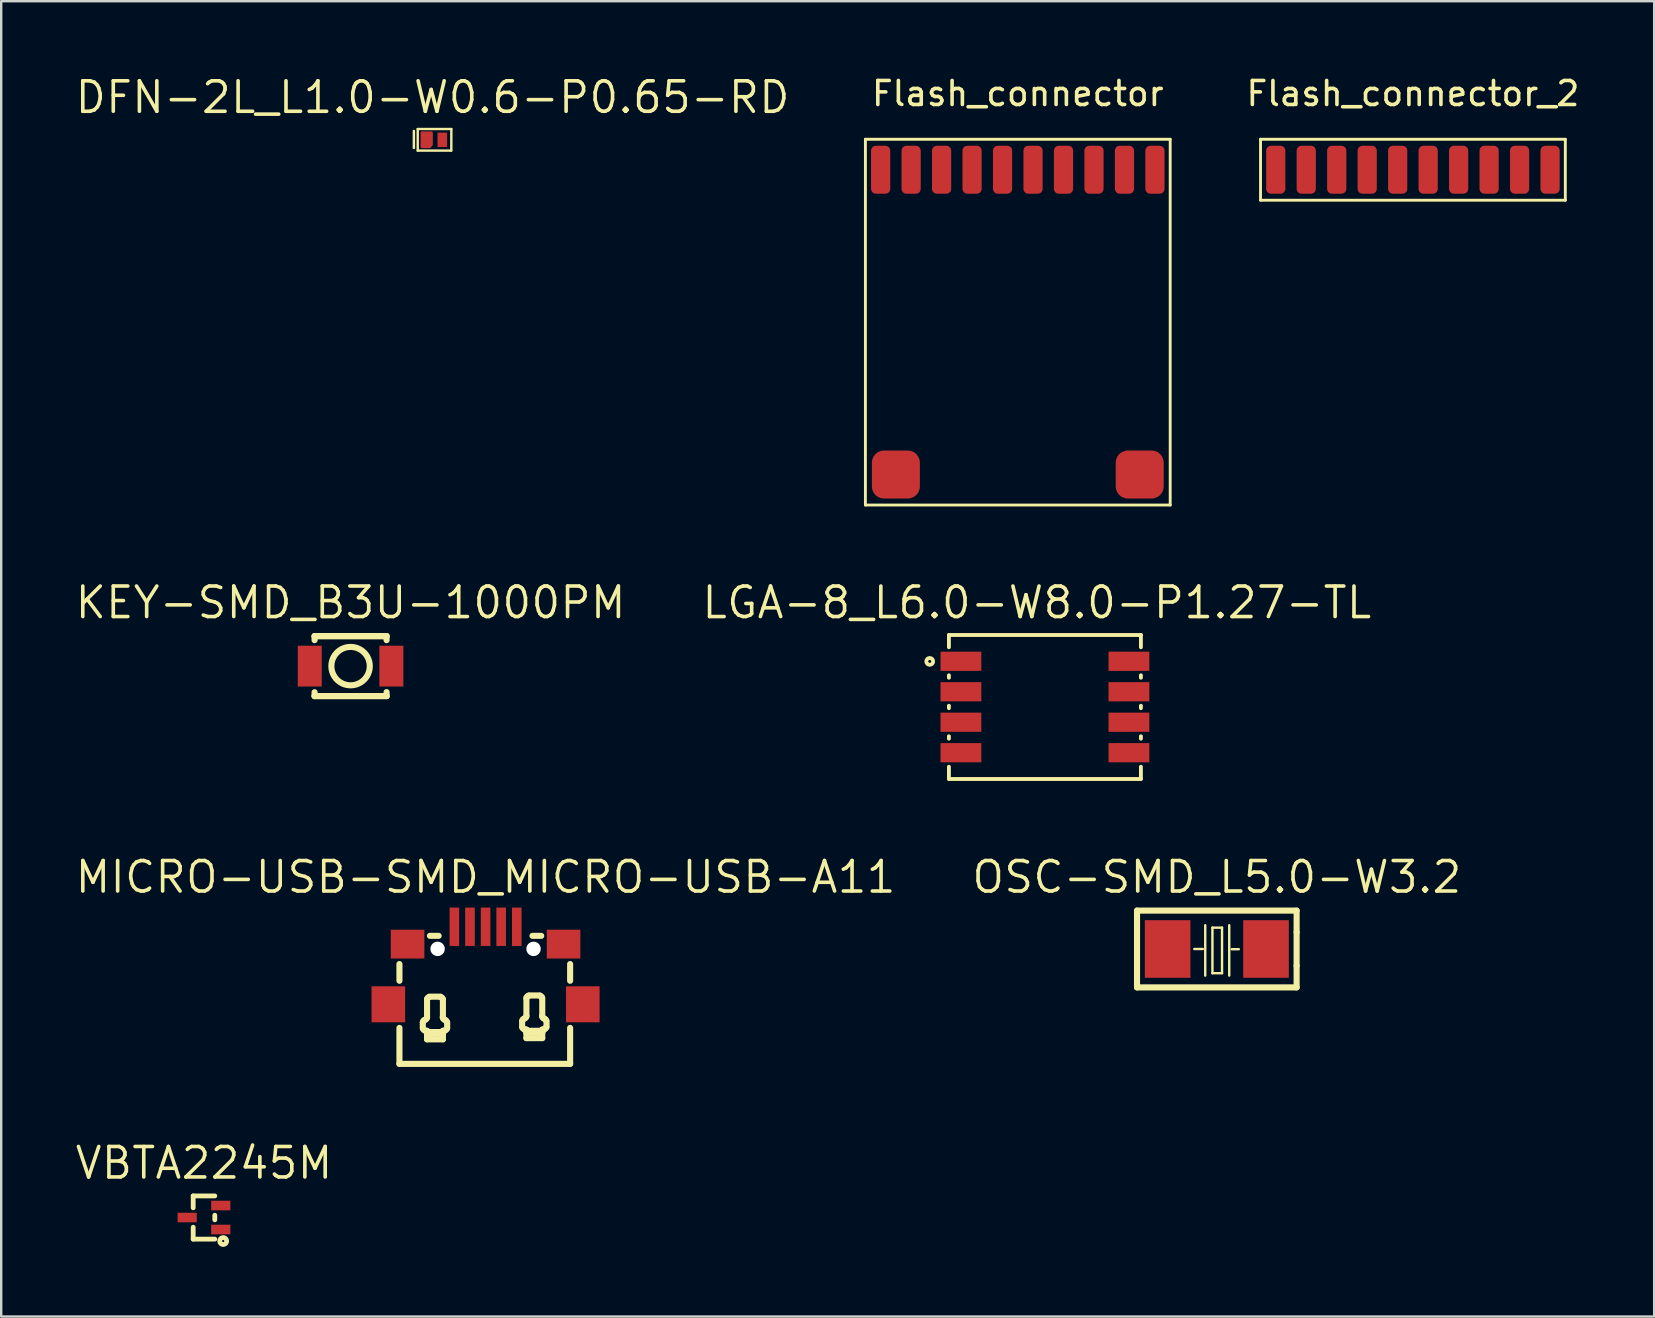
<source format=kicad_pcb>
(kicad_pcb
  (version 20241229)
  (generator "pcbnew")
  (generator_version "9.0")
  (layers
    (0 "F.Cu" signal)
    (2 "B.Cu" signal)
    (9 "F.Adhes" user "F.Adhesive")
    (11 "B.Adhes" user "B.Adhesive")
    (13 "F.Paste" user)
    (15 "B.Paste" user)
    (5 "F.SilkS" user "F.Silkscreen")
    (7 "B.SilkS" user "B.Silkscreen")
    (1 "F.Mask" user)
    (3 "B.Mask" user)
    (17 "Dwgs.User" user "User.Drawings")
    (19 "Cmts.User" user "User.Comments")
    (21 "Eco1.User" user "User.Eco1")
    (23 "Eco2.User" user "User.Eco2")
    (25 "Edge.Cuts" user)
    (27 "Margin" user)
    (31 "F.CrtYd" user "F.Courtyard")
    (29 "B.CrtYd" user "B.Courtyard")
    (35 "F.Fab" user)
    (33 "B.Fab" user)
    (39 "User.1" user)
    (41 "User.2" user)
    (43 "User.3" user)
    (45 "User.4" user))
  (footprint "KEY-SMD_B3U-1000PM"
    (layer "F.Cu")
    (at 11.558 24.706)
    (property "Reference" "KEY-SMD_B3U-1000PM" (at 0 -2.647 0) (layer "F.SilkS") (effects (font (size 1.27 1.27) (thickness 0.15))))
    (attr smd)
    (fp_line (start -1.5 -1.25) (end 1.5 -1.25) (stroke (width 0.254) (type solid)) (layer "F.SilkS"))
    (fp_line (start -1.5 -1.25) (end 1.5 -1.25) (stroke (width 0.254) (type solid)) (layer "F.SilkS"))
    (fp_line (start -1.5 -1.081) (end -1.5 -1.25) (stroke (width 0.254) (type solid)) (layer "F.SilkS"))
    (fp_line (start -1.5 1.25) (end -1.5 1.087) (stroke (width 0.254) (type solid)) (layer "F.SilkS"))
    (fp_line (start -1.5 1.25) (end 1.5 1.25) (stroke (width 0.254) (type solid)) (layer "F.SilkS"))
    (fp_line (start 1.5 -1.25) (end 1.5 -1.081) (stroke (width 0.254) (type solid)) (layer "F.SilkS"))
    (fp_line (start 1.5 1.081) (end 1.5 1.25) (stroke (width 0.254) (type solid)) (layer "F.SilkS"))
    (fp_line (start 1.5 1.25) (end -1.5 1.25) (stroke (width 0.254) (type solid)) (layer "F.SilkS"))
    (fp_circle (center 0 0) (end 0.8 0) (stroke (width 0.254) (type solid)) (fill no) (layer "F.SilkS"))
    (fp_text user "" (at 0 0 0) (layer "Cmts.User") (effects (font (size 1 1) (thickness 0.15))))
    (pad "1" smd rect (at -1.7 0) (size 1 1.7) (layers "F.Cu" "F.Mask" "F.Paste"))
    (pad "2" smd rect (at 1.7 0) (size 1 1.7) (layers "F.Cu" "F.Mask" "F.Paste")))
  (footprint "Flash_connector"
    (layer "F.Cu")
    (at 39.36 4.023)
    (property "Reference" "Flash_connector" (at 0 -3.175 0) (layer "F.SilkS") (effects (font (size 1 1) (thickness 0.15))))
    (attr through_hole)
    (fp_line (start -6.35 -1.27) (end 6.35 -1.27) (stroke (width 0.12) (type solid)) (layer "F.SilkS"))
    (fp_line (start -6.35 13.97) (end -6.35 -1.27) (stroke (width 0.12) (type solid)) (layer "F.SilkS"))
    (fp_line (start -6.35 13.97) (end 6.35 13.97) (stroke (width 0.12) (type solid)) (layer "F.SilkS"))
    (fp_line (start 6.35 -1.27) (end 6.35 13.97) (stroke (width 0.12) (type solid)) (layer "F.SilkS"))
    (pad "1" connect roundrect (at -5.715 0) (size 0.8 2) (layers "F.Cu" "F.Mask") (roundrect_rratio 0.25))
    (pad "1" smd roundrect (at -5.08 12.7) (size 2 2) (layers "F.Cu" "F.Mask" "F.Paste") (roundrect_rratio 0.25))
    (pad "2" connect roundrect (at -4.445 0) (size 0.8 2) (layers "F.Cu" "F.Mask") (roundrect_rratio 0.25))
    (pad "3" connect roundrect (at -3.175 0) (size 0.8 2) (layers "F.Cu" "F.Mask") (roundrect_rratio 0.25))
    (pad "4" connect roundrect (at -1.905 0) (size 0.8 2) (layers "F.Cu" "F.Mask") (roundrect_rratio 0.25))
    (pad "5" connect roundrect (at -0.635 0) (size 0.8 2) (layers "F.Cu" "F.Mask") (roundrect_rratio 0.25))
    (pad "6" connect roundrect (at 0.635 0) (size 0.8 2) (layers "F.Cu" "F.Mask") (roundrect_rratio 0.25))
    (pad "7" connect roundrect (at 1.905 0) (size 0.8 2) (layers "F.Cu" "F.Mask") (roundrect_rratio 0.25))
    (pad "8" connect roundrect (at 3.175 0) (size 0.8 2) (layers "F.Cu" "F.Mask") (roundrect_rratio 0.25))
    (pad "9" connect roundrect (at 4.445 0) (size 0.8 2) (layers "F.Cu" "F.Mask") (roundrect_rratio 0.25))
    (pad "10" smd roundrect (at 5.08 12.7) (size 2 2) (layers "F.Cu" "F.Mask" "F.Paste") (roundrect_rratio 0.25))
    (pad "10" connect roundrect (at 5.715 0) (size 0.8 2) (layers "F.Cu" "F.Mask") (roundrect_rratio 0.25)))
  (footprint "MICRO-USB-SMD_MICRO-USB-A11"
    (layer "F.Cu")
    (at 17.183 37.182)
    (property "Reference" "MICRO-USB-SMD_MICRO-USB-A11" (at 0 -3.686 0) (layer "F.SilkS") (effects (font (size 1.27 1.27) (thickness 0.15))))
    (attr smd)
    (fp_line (start -3.589 0.635) (end -3.589 -0.062) (stroke (width 0.254) (type solid)) (layer "F.SilkS"))
    (fp_line (start -3.589 4.097) (end -3.589 2.598) (stroke (width 0.254) (type solid)) (layer "F.SilkS"))
    (fp_line (start -3.589 4.097) (end 3.523 4.097) (stroke (width 0.254) (type solid)) (layer "F.SilkS"))
    (fp_line (start -2.616 2.618) (end -2.616 2.364) (stroke (width 0.254) (type solid)) (layer "F.SilkS"))
    (fp_line (start -2.515 2.72) (end -2.439 2.72) (stroke (width 0.254) (type solid)) (layer "F.SilkS"))
    (fp_line (start -2.439 2.161) (end -2.439 1.399) (stroke (width 0.254) (type solid)) (layer "F.SilkS"))
    (fp_line (start -2.439 2.72) (end -2.439 2.771) (stroke (width 0.254) (type solid)) (layer "F.SilkS"))
    (fp_line (start -2.439 2.771) (end -2.439 2.847) (stroke (width 0.254) (type solid)) (layer "F.SilkS"))
    (fp_line (start -2.439 2.847) (end -2.439 3.075) (stroke (width 0.254) (type solid)) (layer "F.SilkS"))
    (fp_line (start -2.439 3.075) (end -1.778 3.075) (stroke (width 0.254) (type solid)) (layer "F.SilkS"))
    (fp_line (start -2.337 1.297) (end -1.88 1.297) (stroke (width 0.254) (type solid)) (layer "F.SilkS"))
    (fp_line (start -2.319 -1.237) (end -1.955 -1.237) (stroke (width 0.254) (type solid)) (layer "F.SilkS"))
    (fp_line (start -1.778 1.399) (end -1.778 2.161) (stroke (width 0.254) (type solid)) (layer "F.SilkS"))
    (fp_line (start -1.778 2.72) (end -1.778 2.771) (stroke (width 0.254) (type solid)) (layer "F.SilkS"))
    (fp_line (start -1.778 2.771) (end -2.439 2.771) (stroke (width 0.254) (type solid)) (layer "F.SilkS"))
    (fp_line (start -1.778 2.847) (end -2.439 2.847) (stroke (width 0.254) (type solid)) (layer "F.SilkS"))
    (fp_line (start -1.778 2.847) (end -1.778 2.771) (stroke (width 0.254) (type solid)) (layer "F.SilkS"))
    (fp_line (start -1.778 3.075) (end -1.778 2.847) (stroke (width 0.254) (type solid)) (layer "F.SilkS"))
    (fp_line (start -1.702 2.72) (end -1.778 2.72) (stroke (width 0.254) (type solid)) (layer "F.SilkS"))
    (fp_line (start -1.6 2.364) (end -1.6 2.618) (stroke (width 0.254) (type solid)) (layer "F.SilkS"))
    (fp_line (start 1.524 2.567) (end 1.524 2.313) (stroke (width 0.254) (type solid)) (layer "F.SilkS"))
    (fp_line (start 1.625 2.669) (end 1.702 2.669) (stroke (width 0.254) (type solid)) (layer "F.SilkS"))
    (fp_line (start 1.702 2.11) (end 1.702 1.348) (stroke (width 0.254) (type solid)) (layer "F.SilkS"))
    (fp_line (start 1.702 2.669) (end 1.702 2.72) (stroke (width 0.254) (type solid)) (layer "F.SilkS"))
    (fp_line (start 1.702 2.72) (end 1.702 2.796) (stroke (width 0.254) (type solid)) (layer "F.SilkS"))
    (fp_line (start 1.702 2.796) (end 1.702 3.025) (stroke (width 0.254) (type solid)) (layer "F.SilkS"))
    (fp_line (start 1.702 3.025) (end 2.362 3.025) (stroke (width 0.254) (type solid)) (layer "F.SilkS"))
    (fp_line (start 1.803 1.247) (end 2.26 1.247) (stroke (width 0.254) (type solid)) (layer "F.SilkS"))
    (fp_line (start 1.955 -1.237) (end 2.319 -1.237) (stroke (width 0.254) (type solid)) (layer "F.SilkS"))
    (fp_line (start 2.362 1.348) (end 2.362 2.11) (stroke (width 0.254) (type solid)) (layer "F.SilkS"))
    (fp_line (start 2.362 2.669) (end 2.362 2.72) (stroke (width 0.254) (type solid)) (layer "F.SilkS"))
    (fp_line (start 2.362 2.72) (end 1.702 2.72) (stroke (width 0.254) (type solid)) (layer "F.SilkS"))
    (fp_line (start 2.362 2.796) (end 1.702 2.796) (stroke (width 0.254) (type solid)) (layer "F.SilkS"))
    (fp_line (start 2.362 2.796) (end 2.362 2.72) (stroke (width 0.254) (type solid)) (layer "F.SilkS"))
    (fp_line (start 2.362 3.025) (end 2.362 2.796) (stroke (width 0.254) (type solid)) (layer "F.SilkS"))
    (fp_line (start 2.438 2.669) (end 2.362 2.669) (stroke (width 0.254) (type solid)) (layer "F.SilkS"))
    (fp_line (start 2.54 2.313) (end 2.54 2.567) (stroke (width 0.254) (type solid)) (layer "F.SilkS"))
    (fp_line (start 3.523 0.635) (end 3.523 -0.062) (stroke (width 0.254) (type solid)) (layer "F.SilkS"))
    (fp_line (start 3.523 4.097) (end 3.523 2.598) (stroke (width 0.254) (type solid)) (layer "F.SilkS"))
    (fp_arc (start -2.613 2.359) (mid -2.583764 2.288343) (end -2.513152 2.259) (stroke (width 0.254) (type solid)) (layer "F.SilkS"))
    (fp_arc (start -2.511 2.708) (mid -2.581666 2.678756) (end -2.611 2.608127) (stroke (width 0.254) (type solid)) (layer "F.SilkS"))
    (fp_arc (start -2.436 1.408) (mid -2.406764 1.337343) (end -2.336152 1.308) (stroke (width 0.254) (type solid)) (layer "F.SilkS"))
    (fp_arc (start -2.436 2.159) (mid -2.460844 2.224967) (end -2.523032 2.258156) (stroke (width 0.254) (type solid)) (layer "F.SilkS"))
    (fp_arc (start -1.886 1.308) (mid -1.815343 1.337236) (end -1.786 1.407848) (stroke (width 0.254) (type solid)) (layer "F.SilkS"))
    (fp_arc (start -1.712 2.259) (mid -1.641343 2.288236) (end -1.612 2.358848) (stroke (width 0.254) (type solid)) (layer "F.SilkS"))
    (fp_arc (start -1.698 2.258) (mid -1.760595 2.225186) (end -1.785725 2.15913) (stroke (width 0.254) (type solid)) (layer "F.SilkS"))
    (fp_arc (start -1.61 2.607) (mid -1.639236 2.677657) (end -1.709848 2.707) (stroke (width 0.254) (type solid)) (layer "F.SilkS"))
    (fp_arc (start 1.527 2.308) (mid 1.556236 2.237343) (end 1.626848 2.208) (stroke (width 0.254) (type solid)) (layer "F.SilkS"))
    (fp_arc (start 1.629 2.657) (mid 1.558334 2.627756) (end 1.529 2.557127) (stroke (width 0.254) (type solid)) (layer "F.SilkS"))
    (fp_arc (start 1.704 1.357) (mid 1.733236 1.286343) (end 1.803848 1.257) (stroke (width 0.254) (type solid)) (layer "F.SilkS"))
    (fp_arc (start 1.704 2.108) (mid 1.679156 2.173967) (end 1.616968 2.207156) (stroke (width 0.254) (type solid)) (layer "F.SilkS"))
    (fp_arc (start 2.254 1.257) (mid 2.324657 1.286236) (end 2.354 1.356848) (stroke (width 0.254) (type solid)) (layer "F.SilkS"))
    (fp_arc (start 2.428 2.208) (mid 2.498657 2.237236) (end 2.528 2.307848) (stroke (width 0.254) (type solid)) (layer "F.SilkS"))
    (fp_arc (start 2.442 2.207) (mid 2.379405 2.174186) (end 2.354275 2.10813) (stroke (width 0.254) (type solid)) (layer "F.SilkS"))
    (fp_arc (start 2.53 2.556) (mid 2.500764 2.626657) (end 2.430152 2.656) (stroke (width 0.254) (type solid)) (layer "F.SilkS"))
    (fp_text user "" (at 0 0 0) (layer "Cmts.User") (effects (font (size 1 1) (thickness 0.15))))
    (pad "" np_thru_hole circle (at -1.999 -0.694) (size 0.6 0.6) (drill 0.6) (layers "*.Cu" "*.Mask"))
    (pad "" np_thru_hole circle (at 1.999 -0.694) (size 0.6 0.6) (drill 0.6) (layers "*.Cu" "*.Mask"))
    (pad "1" smd rect (at -1.3 -1.616 270) (size 1.6 0.4) (layers "F.Cu" "F.Mask" "F.Paste"))
    (pad "2" smd rect (at -0.65 -1.616 270) (size 1.6 0.4) (layers "F.Cu" "F.Mask" "F.Paste"))
    (pad "3" smd rect (at 0 -1.616 270) (size 1.6 0.4) (layers "F.Cu" "F.Mask" "F.Paste"))
    (pad "4" smd rect (at 0.65 -1.616 270) (size 1.6 0.4) (layers "F.Cu" "F.Mask" "F.Paste"))
    (pad "5" smd rect (at 1.3 -1.616 270) (size 1.6 0.4) (layers "F.Cu" "F.Mask" "F.Paste"))
    (pad "6" smd rect (at 3.25 -0.893) (size 1.4 1.2) (layers "F.Cu" "F.Mask" "F.Paste"))
    (pad "7" smd rect (at -3.25 -0.893) (size 1.4 1.2) (layers "F.Cu" "F.Mask" "F.Paste"))
    (pad "8" smd rect (at -4.051 1.616 90) (size 1.5 1.4) (layers "F.Cu" "F.Mask" "F.Paste"))
    (pad "9" smd rect (at 4.051 1.616 90) (size 1.5 1.4) (layers "F.Cu" "F.Mask" "F.Paste")))
  (footprint "Flash_connector_2"
    (layer "F.Cu")
    (at 55.824 4.023)
    (property "Reference" "Flash_connector_2" (at 0 -3.175 0) (layer "F.SilkS") (effects (font (size 1 1) (thickness 0.15))))
    (attr through_hole)
    (fp_line (start -6.35 -1.27) (end 6.35 -1.27) (stroke (width 0.12) (type solid)) (layer "F.SilkS"))
    (fp_line (start -6.35 1.27) (end -6.35 -1.27) (stroke (width 0.12) (type solid)) (layer "F.SilkS"))
    (fp_line (start -6.35 1.27) (end 6.35 1.27) (stroke (width 0.12) (type solid)) (layer "F.SilkS"))
    (fp_line (start 6.35 1.27) (end 6.35 -1.27) (stroke (width 0.12) (type solid)) (layer "F.SilkS"))
    (pad "1" connect roundrect (at -5.715 0) (size 0.8 2) (layers "F.Cu" "F.Mask") (roundrect_rratio 0.25))
    (pad "2" connect roundrect (at -4.445 0) (size 0.8 2) (layers "F.Cu" "F.Mask") (roundrect_rratio 0.25))
    (pad "3" connect roundrect (at -3.175 0) (size 0.8 2) (layers "F.Cu" "F.Mask") (roundrect_rratio 0.25))
    (pad "4" connect roundrect (at -1.905 0) (size 0.8 2) (layers "F.Cu" "F.Mask") (roundrect_rratio 0.25))
    (pad "5" connect roundrect (at -0.635 0) (size 0.8 2) (layers "F.Cu" "F.Mask") (roundrect_rratio 0.25))
    (pad "6" connect roundrect (at 0.635 0) (size 0.8 2) (layers "F.Cu" "F.Mask") (roundrect_rratio 0.25))
    (pad "7" connect roundrect (at 1.905 0) (size 0.8 2) (layers "F.Cu" "F.Mask") (roundrect_rratio 0.25))
    (pad "8" connect roundrect (at 3.175 0) (size 0.8 2) (layers "F.Cu" "F.Mask") (roundrect_rratio 0.25))
    (pad "9" connect roundrect (at 4.445 0) (size 0.8 2) (layers "F.Cu" "F.Mask") (roundrect_rratio 0.25))
    (pad "10" connect roundrect (at 5.715 0) (size 0.8 2) (layers "F.Cu" "F.Mask") (roundrect_rratio 0.25)))
  (footprint "VBTA2245M"
    (layer "F.Cu")
    (at 5.45 47.682)
    (property "Reference" "VBTA2245M" (at 0 -2.27 0) (layer "F.SilkS") (effects (font (size 1.27 1.27) (thickness 0.15))))
    (attr smd)
    (fp_line (start -0.45 -0.9) (end 0.45 -0.9) (stroke (width 0.2) (type solid)) (layer "F.SilkS"))
    (fp_line (start -0.45 -0.404) (end -0.45 -0.9) (stroke (width 0.2) (type solid)) (layer "F.SilkS"))
    (fp_line (start -0.45 0.9) (end -0.45 0.404) (stroke (width 0.2) (type solid)) (layer "F.SilkS"))
    (fp_line (start -0.45 0.9) (end 0.45 0.9) (stroke (width 0.2) (type solid)) (layer "F.SilkS"))
    (fp_line (start 0.45 0.096) (end 0.45 -0.096) (stroke (width 0.2) (type solid)) (layer "F.SilkS"))
    (fp_circle (center 0.8 0.98) (end 0.845 0.98) (stroke (width 0.2) (type solid)) (fill no) (layer "F.SilkS"))
    (fp_text user "" (at 0 0 0) (layer "Cmts.User") (effects (font (size 1 1) (thickness 0.15))))
    (pad "1" smd rect (at 0.7 0.5 90) (size 0.4 0.8) (layers "F.Cu" "F.Mask" "F.Paste"))
    (pad "2" smd rect (at 0.7 -0.5 90) (size 0.4 0.8) (layers "F.Cu" "F.Mask" "F.Paste"))
    (pad "3" smd rect (at -0.7 0 90) (size 0.4 0.8) (layers "F.Cu" "F.Mask" "F.Paste")))
  (footprint "LGA-8_L6.0-W8.0-P1.27-TL"
    (layer "F.Cu")
    (at 40.49 26.409)
    (property "Reference" "LGA-8_L6.0-W8.0-P1.27-TL" (at -0.336 -4.35 0) (layer "F.SilkS") (effects (font (size 1.27 1.27) (thickness 0.15))))
    (attr smd)
    (fp_line (start -4 -3) (end -4 -2.489) (stroke (width 0.16) (type solid)) (layer "F.SilkS"))
    (fp_line (start -4 -3) (end 4 -3) (stroke (width 0.16) (type solid)) (layer "F.SilkS"))
    (fp_line (start -4 -1.321) (end -4 -1.219) (stroke (width 0.16) (type solid)) (layer "F.SilkS"))
    (fp_line (start -4 -0.051) (end -4 0.051) (stroke (width 0.16) (type solid)) (layer "F.SilkS"))
    (fp_line (start -4 1.219) (end -4 1.321) (stroke (width 0.16) (type solid)) (layer "F.SilkS"))
    (fp_line (start -4 2.489) (end -4 3) (stroke (width 0.16) (type solid)) (layer "F.SilkS"))
    (fp_line (start -4 3) (end 4 3) (stroke (width 0.16) (type solid)) (layer "F.SilkS"))
    (fp_line (start 4 -3) (end 4 -2.489) (stroke (width 0.16) (type solid)) (layer "F.SilkS"))
    (fp_line (start 4 -1.321) (end 4 -1.219) (stroke (width 0.16) (type solid)) (layer "F.SilkS"))
    (fp_line (start 4 -0.051) (end 4 0.051) (stroke (width 0.16) (type solid)) (layer "F.SilkS"))
    (fp_line (start 4 1.219) (end 4 1.321) (stroke (width 0.16) (type solid)) (layer "F.SilkS"))
    (fp_line (start 4 2.489) (end 4 3) (stroke (width 0.16) (type solid)) (layer "F.SilkS"))
    (fp_circle (center -4.8 -1.9) (end -4.658 -1.9) (stroke (width 0.16) (type solid)) (fill no) (layer "F.SilkS"))
    (fp_text user "" (at 0 0 0) (layer "Cmts.User") (effects (font (size 1 1) (thickness 0.15))))
    (pad "1" smd rect (at -3.5 -1.905) (size 1.7 0.8) (layers "F.Cu" "F.Mask" "F.Paste"))
    (pad "2" smd rect (at -3.5 -0.635) (size 1.7 0.8) (layers "F.Cu" "F.Mask" "F.Paste"))
    (pad "3" smd rect (at -3.5 0.635) (size 1.7 0.8) (layers "F.Cu" "F.Mask" "F.Paste"))
    (pad "4" smd rect (at -3.5 1.905) (size 1.7 0.8) (layers "F.Cu" "F.Mask" "F.Paste"))
    (pad "5" smd rect (at 3.5 1.905) (size 1.7 0.8) (layers "F.Cu" "F.Mask" "F.Paste"))
    (pad "6" smd rect (at 3.5 0.635) (size 1.7 0.8) (layers "F.Cu" "F.Mask" "F.Paste"))
    (pad "7" smd rect (at 3.5 -0.635) (size 1.7 0.8) (layers "F.Cu" "F.Mask" "F.Paste"))
    (pad "8" smd rect (at 3.5 -1.905) (size 1.7 0.8) (layers "F.Cu" "F.Mask" "F.Paste")))
  (footprint "DFN-2L_L1.0-W0.6-P0.65-RD"
    (layer "F.Cu")
    (at 15.056 2.776)
    (property "Reference" "DFN-2L_L1.0-W0.6-P0.65-RD" (at -0.081 -1.77 0) (layer "F.SilkS") (effects (font (size 1.27 1.27) (thickness 0.15))))
    (attr smd)
    (fp_line (start -0.86 -0.37) (end -0.86 0.34) (stroke (width 0.102) (type solid)) (layer "F.SilkS"))
    (fp_line (start -0.7 -0.45) (end -0.7 0.45) (stroke (width 0.1) (type solid)) (layer "F.SilkS"))
    (fp_line (start -0.7 -0.45) (end 0.7 -0.45) (stroke (width 0.1) (type solid)) (layer "F.SilkS"))
    (fp_line (start -0.7 0.45) (end 0.69 0.45) (stroke (width 0.1) (type solid)) (layer "F.SilkS"))
    (fp_line (start 0.7 -0.45) (end 0.7 0.45) (stroke (width 0.1) (type solid)) (layer "F.SilkS"))
    (fp_text user "" (at 0 0 0) (layer "Cmts.User") (effects (font (size 1 1) (thickness 0.15))))
    (pad "1" smd custom (at -0.325 0) (size 0.41 0.6) (layers "F.Cu" "F.Mask" "F.Paste") (options (anchor circle)) (primitives (gr_poly (pts (xy -0.205 -0.3) (xy -0.205 0.3) (xy 0.125 0.3) (xy 0.205 0.2) (xy 0.205 -0.3) (xy -0.205 -0.3)) (width 0.1) (fill yes))))
    (pad "2" smd rect (at 0.325 0 90) (size 0.6 0.4) (layers "F.Cu" "F.Mask" "F.Paste")))
  (footprint "OSC-SMD_L5.0-W3.2"
    (layer "F.Cu")
    (at 47.653 36.493)
    (property "Reference" "OSC-SMD_L5.0-W3.2" (at 0 -2.997 0) (layer "F.SilkS") (effects (font (size 1.27 1.27) (thickness 0.15))))
    (attr smd)
    (fp_line (start -3.325 -1.6) (end 3.325 -1.6) (stroke (width 0.254) (type solid)) (layer "F.SilkS"))
    (fp_line (start -3.325 -0.7) (end -3.325 -1.6) (stroke (width 0.254) (type solid)) (layer "F.SilkS"))
    (fp_line (start -3.325 0.7) (end -3.325 -0.7) (stroke (width 0.254) (type solid)) (layer "F.SilkS"))
    (fp_line (start -3.325 1.6) (end -3.325 0.7) (stroke (width 0.254) (type solid)) (layer "F.SilkS"))
    (fp_line (start -0.94 0) (end -0.584 0) (stroke (width 0.1) (type solid)) (layer "F.SilkS"))
    (fp_line (start -0.483 -0.991) (end -0.483 1.109) (stroke (width 0.1) (type solid)) (layer "F.SilkS"))
    (fp_line (start -0.183 -0.89) (end -0.183 1.009) (stroke (width 0.1) (type solid)) (layer "F.SilkS"))
    (fp_line (start -0.183 1.009) (end 0.217 1.009) (stroke (width 0.1) (type solid)) (layer "F.SilkS"))
    (fp_line (start 0.217 -0.89) (end -0.183 -0.89) (stroke (width 0.1) (type solid)) (layer "F.SilkS"))
    (fp_line (start 0.217 1.009) (end 0.217 -0.89) (stroke (width 0.1) (type solid)) (layer "F.SilkS"))
    (fp_line (start 0.517 -0.991) (end 0.517 1.109) (stroke (width 0.1) (type solid)) (layer "F.SilkS"))
    (fp_line (start 0.617 0.009) (end 0.917 0.009) (stroke (width 0.1) (type solid)) (layer "F.SilkS"))
    (fp_line (start 3.325 -1.6) (end 3.325 -0.7) (stroke (width 0.254) (type solid)) (layer "F.SilkS"))
    (fp_line (start 3.325 -0.7) (end 3.325 0.7) (stroke (width 0.254) (type solid)) (layer "F.SilkS"))
    (fp_line (start 3.325 0.7) (end 3.325 1.6) (stroke (width 0.254) (type solid)) (layer "F.SilkS"))
    (fp_line (start 3.325 1.6) (end -3.325 1.6) (stroke (width 0.254) (type solid)) (layer "F.SilkS"))
    (fp_text user "" (at 0 0 0) (layer "Cmts.User") (effects (font (size 1 1) (thickness 0.15))))
    (pad "1" smd rect (at -2.05 0 90) (size 2.4 1.9) (layers "F.Cu" "F.Mask" "F.Paste"))
    (pad "2" smd rect (at 2.05 0 90) (size 2.4 1.9) (layers "F.Cu" "F.Mask" "F.Paste")))
  (gr_rect
    (start -3 -3)
    (end 65.877 51.807)
    (stroke (width 0.1) (type default))
    (fill no)
    (layer "Edge.Cuts")))
</source>
